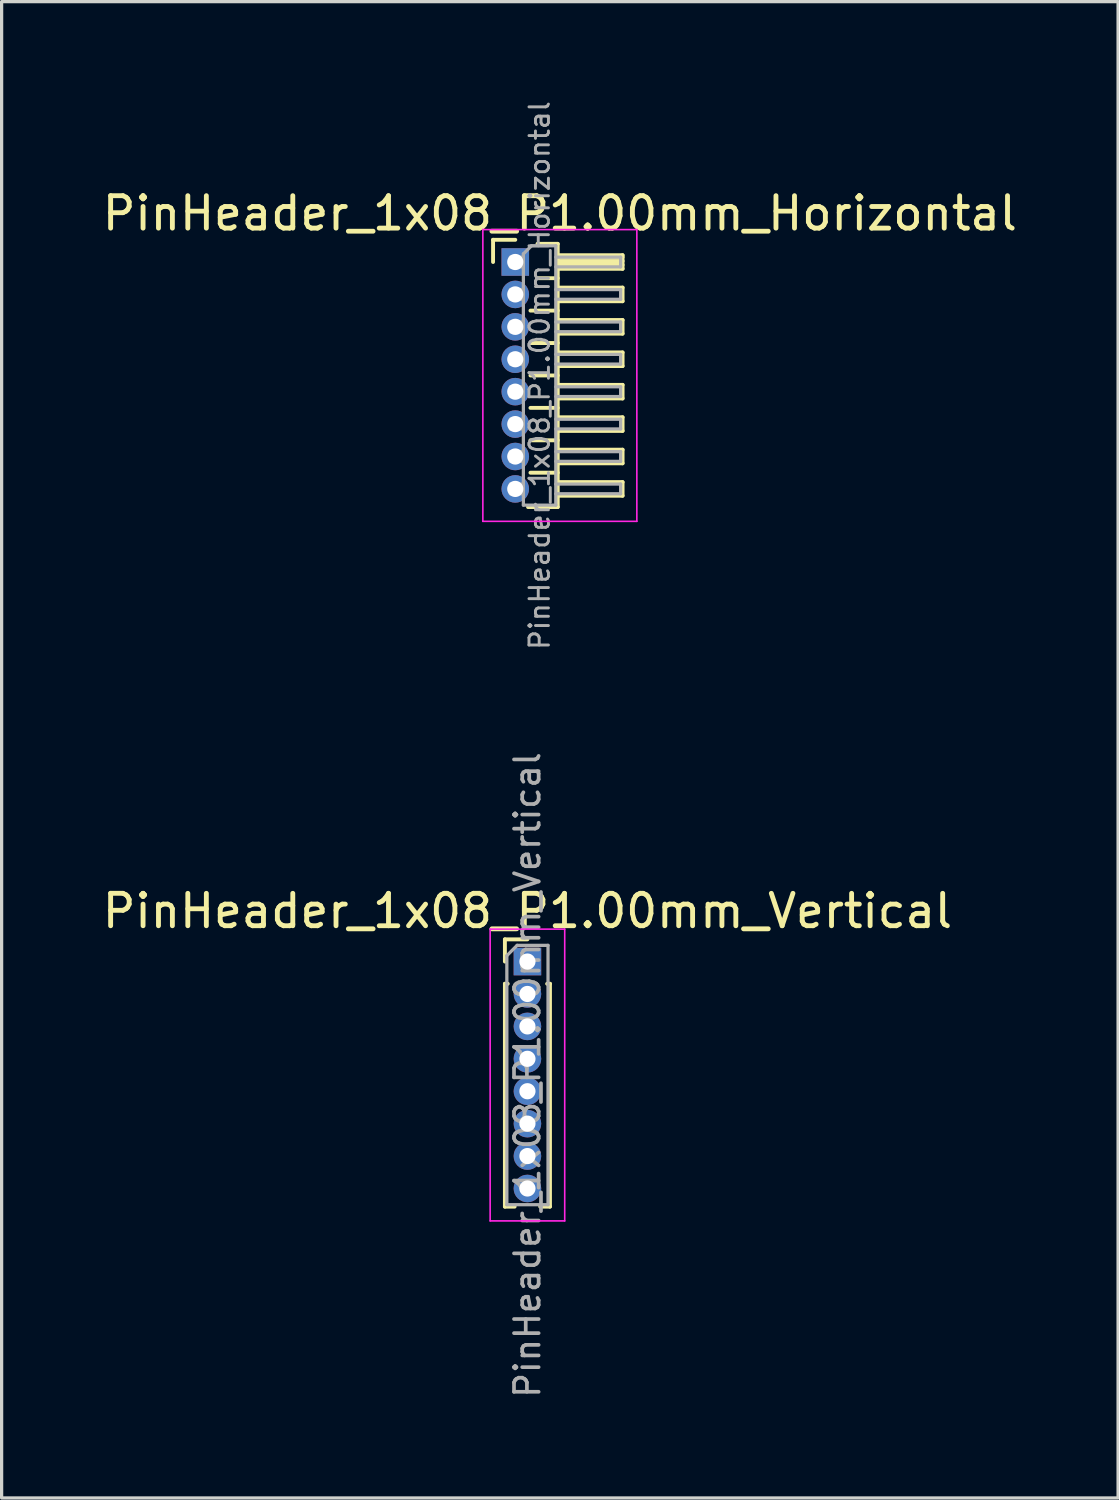
<source format=kicad_pcb>
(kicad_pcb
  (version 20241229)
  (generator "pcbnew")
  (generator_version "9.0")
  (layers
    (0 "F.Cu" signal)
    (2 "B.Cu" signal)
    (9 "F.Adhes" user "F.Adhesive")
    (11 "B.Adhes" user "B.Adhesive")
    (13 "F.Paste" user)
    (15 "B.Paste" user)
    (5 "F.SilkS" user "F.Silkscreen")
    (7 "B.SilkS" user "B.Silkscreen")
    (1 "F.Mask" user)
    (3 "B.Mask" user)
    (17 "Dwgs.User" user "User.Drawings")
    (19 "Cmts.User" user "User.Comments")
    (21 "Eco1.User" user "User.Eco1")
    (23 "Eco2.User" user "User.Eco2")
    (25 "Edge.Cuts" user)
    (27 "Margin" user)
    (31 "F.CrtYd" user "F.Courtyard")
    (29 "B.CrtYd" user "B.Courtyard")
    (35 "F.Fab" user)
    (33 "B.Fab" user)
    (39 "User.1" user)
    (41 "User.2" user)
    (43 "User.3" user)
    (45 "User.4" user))
  (footprint "PinHeader_1x08_P1.00mm_Horizontal"
    (layer "F.Cu")
    (at 12.845 5.032)
    (property "Reference" "PinHeader_1x08_P1.00mm_Horizontal" (at 1.375 -1.5 0) (layer "F.SilkS") (effects (font (size 1 1) (thickness 0.15))))
    (attr through_hole)
    (fp_line (start -0.685 -0.685) (end 0 -0.685) (stroke (width 0.12) (type solid)) (layer "F.SilkS"))
    (fp_line (start -0.685 0) (end -0.685 -0.685) (stroke (width 0.12) (type solid)) (layer "F.SilkS"))
    (fp_line (start 0.468 1.5) (end 1.31 1.5) (stroke (width 0.12) (type solid)) (layer "F.SilkS"))
    (fp_line (start 0.468 2.5) (end 1.31 2.5) (stroke (width 0.12) (type solid)) (layer "F.SilkS"))
    (fp_line (start 0.468 3.5) (end 1.31 3.5) (stroke (width 0.12) (type solid)) (layer "F.SilkS"))
    (fp_line (start 0.468 4.5) (end 1.31 4.5) (stroke (width 0.12) (type solid)) (layer "F.SilkS"))
    (fp_line (start 0.468 5.5) (end 1.31 5.5) (stroke (width 0.12) (type solid)) (layer "F.SilkS"))
    (fp_line (start 0.468 6.5) (end 1.31 6.5) (stroke (width 0.12) (type solid)) (layer "F.SilkS"))
    (fp_line (start 0.685 -0.56) (end 1.31 -0.56) (stroke (width 0.12) (type solid)) (layer "F.SilkS"))
    (fp_line (start 0.685 0.5) (end 1.31 0.5) (stroke (width 0.12) (type solid)) (layer "F.SilkS"))
    (fp_line (start 1.31 -0.56) (end 1.31 7.56) (stroke (width 0.12) (type solid)) (layer "F.SilkS"))
    (fp_line (start 1.31 -0.21) (end 3.31 -0.21) (stroke (width 0.12) (type solid)) (layer "F.SilkS"))
    (fp_line (start 1.31 -0.15) (end 3.31 -0.15) (stroke (width 0.12) (type solid)) (layer "F.SilkS"))
    (fp_line (start 1.31 -0.03) (end 3.31 -0.03) (stroke (width 0.12) (type solid)) (layer "F.SilkS"))
    (fp_line (start 1.31 0.09) (end 3.31 0.09) (stroke (width 0.12) (type solid)) (layer "F.SilkS"))
    (fp_line (start 1.31 0.79) (end 3.31 0.79) (stroke (width 0.12) (type solid)) (layer "F.SilkS"))
    (fp_line (start 1.31 1.79) (end 3.31 1.79) (stroke (width 0.12) (type solid)) (layer "F.SilkS"))
    (fp_line (start 1.31 2.79) (end 3.31 2.79) (stroke (width 0.12) (type solid)) (layer "F.SilkS"))
    (fp_line (start 1.31 3.79) (end 3.31 3.79) (stroke (width 0.12) (type solid)) (layer "F.SilkS"))
    (fp_line (start 1.31 4.79) (end 3.31 4.79) (stroke (width 0.12) (type solid)) (layer "F.SilkS"))
    (fp_line (start 1.31 5.79) (end 3.31 5.79) (stroke (width 0.12) (type solid)) (layer "F.SilkS"))
    (fp_line (start 1.31 6.79) (end 3.31 6.79) (stroke (width 0.12) (type solid)) (layer "F.SilkS"))
    (fp_line (start 1.31 7.56) (end 0.394 7.56) (stroke (width 0.12) (type solid)) (layer "F.SilkS"))
    (fp_line (start 3.31 -0.21) (end 3.31 0.21) (stroke (width 0.12) (type solid)) (layer "F.SilkS"))
    (fp_line (start 3.31 0.21) (end 1.31 0.21) (stroke (width 0.12) (type solid)) (layer "F.SilkS"))
    (fp_line (start 3.31 0.79) (end 3.31 1.21) (stroke (width 0.12) (type solid)) (layer "F.SilkS"))
    (fp_line (start 3.31 1.21) (end 1.31 1.21) (stroke (width 0.12) (type solid)) (layer "F.SilkS"))
    (fp_line (start 3.31 1.79) (end 3.31 2.21) (stroke (width 0.12) (type solid)) (layer "F.SilkS"))
    (fp_line (start 3.31 2.21) (end 1.31 2.21) (stroke (width 0.12) (type solid)) (layer "F.SilkS"))
    (fp_line (start 3.31 2.79) (end 3.31 3.21) (stroke (width 0.12) (type solid)) (layer "F.SilkS"))
    (fp_line (start 3.31 3.21) (end 1.31 3.21) (stroke (width 0.12) (type solid)) (layer "F.SilkS"))
    (fp_line (start 3.31 3.79) (end 3.31 4.21) (stroke (width 0.12) (type solid)) (layer "F.SilkS"))
    (fp_line (start 3.31 4.21) (end 1.31 4.21) (stroke (width 0.12) (type solid)) (layer "F.SilkS"))
    (fp_line (start 3.31 4.79) (end 3.31 5.21) (stroke (width 0.12) (type solid)) (layer "F.SilkS"))
    (fp_line (start 3.31 5.21) (end 1.31 5.21) (stroke (width 0.12) (type solid)) (layer "F.SilkS"))
    (fp_line (start 3.31 5.79) (end 3.31 6.21) (stroke (width 0.12) (type solid)) (layer "F.SilkS"))
    (fp_line (start 3.31 6.21) (end 1.31 6.21) (stroke (width 0.12) (type solid)) (layer "F.SilkS"))
    (fp_line (start 3.31 6.79) (end 3.31 7.21) (stroke (width 0.12) (type solid)) (layer "F.SilkS"))
    (fp_line (start 3.31 7.21) (end 1.31 7.21) (stroke (width 0.12) (type solid)) (layer "F.SilkS"))
    (fp_line (start -1 -1) (end -1 8) (stroke (width 0.05) (type solid)) (layer "F.CrtYd"))
    (fp_line (start -1 8) (end 3.75 8) (stroke (width 0.05) (type solid)) (layer "F.CrtYd"))
    (fp_line (start 3.75 -1) (end -1 -1) (stroke (width 0.05) (type solid)) (layer "F.CrtYd"))
    (fp_line (start 3.75 8) (end 3.75 -1) (stroke (width 0.05) (type solid)) (layer "F.CrtYd"))
    (fp_line (start -0.15 -0.15) (end -0.15 0.15) (stroke (width 0.1) (type solid)) (layer "F.Fab"))
    (fp_line (start -0.15 -0.15) (end 0.25 -0.15) (stroke (width 0.1) (type solid)) (layer "F.Fab"))
    (fp_line (start -0.15 0.15) (end 0.25 0.15) (stroke (width 0.1) (type solid)) (layer "F.Fab"))
    (fp_line (start -0.15 0.85) (end -0.15 1.15) (stroke (width 0.1) (type solid)) (layer "F.Fab"))
    (fp_line (start -0.15 0.85) (end 0.25 0.85) (stroke (width 0.1) (type solid)) (layer "F.Fab"))
    (fp_line (start -0.15 1.15) (end 0.25 1.15) (stroke (width 0.1) (type solid)) (layer "F.Fab"))
    (fp_line (start -0.15 1.85) (end -0.15 2.15) (stroke (width 0.1) (type solid)) (layer "F.Fab"))
    (fp_line (start -0.15 1.85) (end 0.25 1.85) (stroke (width 0.1) (type solid)) (layer "F.Fab"))
    (fp_line (start -0.15 2.15) (end 0.25 2.15) (stroke (width 0.1) (type solid)) (layer "F.Fab"))
    (fp_line (start -0.15 2.85) (end -0.15 3.15) (stroke (width 0.1) (type solid)) (layer "F.Fab"))
    (fp_line (start -0.15 2.85) (end 0.25 2.85) (stroke (width 0.1) (type solid)) (layer "F.Fab"))
    (fp_line (start -0.15 3.15) (end 0.25 3.15) (stroke (width 0.1) (type solid)) (layer "F.Fab"))
    (fp_line (start -0.15 3.85) (end -0.15 4.15) (stroke (width 0.1) (type solid)) (layer "F.Fab"))
    (fp_line (start -0.15 3.85) (end 0.25 3.85) (stroke (width 0.1) (type solid)) (layer "F.Fab"))
    (fp_line (start -0.15 4.15) (end 0.25 4.15) (stroke (width 0.1) (type solid)) (layer "F.Fab"))
    (fp_line (start -0.15 4.85) (end -0.15 5.15) (stroke (width 0.1) (type solid)) (layer "F.Fab"))
    (fp_line (start -0.15 4.85) (end 0.25 4.85) (stroke (width 0.1) (type solid)) (layer "F.Fab"))
    (fp_line (start -0.15 5.15) (end 0.25 5.15) (stroke (width 0.1) (type solid)) (layer "F.Fab"))
    (fp_line (start -0.15 5.85) (end -0.15 6.15) (stroke (width 0.1) (type solid)) (layer "F.Fab"))
    (fp_line (start -0.15 5.85) (end 0.25 5.85) (stroke (width 0.1) (type solid)) (layer "F.Fab"))
    (fp_line (start -0.15 6.15) (end 0.25 6.15) (stroke (width 0.1) (type solid)) (layer "F.Fab"))
    (fp_line (start -0.15 6.85) (end -0.15 7.15) (stroke (width 0.1) (type solid)) (layer "F.Fab"))
    (fp_line (start -0.15 6.85) (end 0.25 6.85) (stroke (width 0.1) (type solid)) (layer "F.Fab"))
    (fp_line (start -0.15 7.15) (end 0.25 7.15) (stroke (width 0.1) (type solid)) (layer "F.Fab"))
    (fp_line (start 0.25 -0.25) (end 0.5 -0.5) (stroke (width 0.1) (type solid)) (layer "F.Fab"))
    (fp_line (start 0.25 7.5) (end 0.25 -0.25) (stroke (width 0.1) (type solid)) (layer "F.Fab"))
    (fp_line (start 0.5 -0.5) (end 1.25 -0.5) (stroke (width 0.1) (type solid)) (layer "F.Fab"))
    (fp_line (start 1.25 -0.5) (end 1.25 7.5) (stroke (width 0.1) (type solid)) (layer "F.Fab"))
    (fp_line (start 1.25 -0.15) (end 3.25 -0.15) (stroke (width 0.1) (type solid)) (layer "F.Fab"))
    (fp_line (start 1.25 0.15) (end 3.25 0.15) (stroke (width 0.1) (type solid)) (layer "F.Fab"))
    (fp_line (start 1.25 0.85) (end 3.25 0.85) (stroke (width 0.1) (type solid)) (layer "F.Fab"))
    (fp_line (start 1.25 1.15) (end 3.25 1.15) (stroke (width 0.1) (type solid)) (layer "F.Fab"))
    (fp_line (start 1.25 1.85) (end 3.25 1.85) (stroke (width 0.1) (type solid)) (layer "F.Fab"))
    (fp_line (start 1.25 2.15) (end 3.25 2.15) (stroke (width 0.1) (type solid)) (layer "F.Fab"))
    (fp_line (start 1.25 2.85) (end 3.25 2.85) (stroke (width 0.1) (type solid)) (layer "F.Fab"))
    (fp_line (start 1.25 3.15) (end 3.25 3.15) (stroke (width 0.1) (type solid)) (layer "F.Fab"))
    (fp_line (start 1.25 3.85) (end 3.25 3.85) (stroke (width 0.1) (type solid)) (layer "F.Fab"))
    (fp_line (start 1.25 4.15) (end 3.25 4.15) (stroke (width 0.1) (type solid)) (layer "F.Fab"))
    (fp_line (start 1.25 4.85) (end 3.25 4.85) (stroke (width 0.1) (type solid)) (layer "F.Fab"))
    (fp_line (start 1.25 5.15) (end 3.25 5.15) (stroke (width 0.1) (type solid)) (layer "F.Fab"))
    (fp_line (start 1.25 5.85) (end 3.25 5.85) (stroke (width 0.1) (type solid)) (layer "F.Fab"))
    (fp_line (start 1.25 6.15) (end 3.25 6.15) (stroke (width 0.1) (type solid)) (layer "F.Fab"))
    (fp_line (start 1.25 6.85) (end 3.25 6.85) (stroke (width 0.1) (type solid)) (layer "F.Fab"))
    (fp_line (start 1.25 7.15) (end 3.25 7.15) (stroke (width 0.1) (type solid)) (layer "F.Fab"))
    (fp_line (start 1.25 7.5) (end 0.25 7.5) (stroke (width 0.1) (type solid)) (layer "F.Fab"))
    (fp_line (start 3.25 -0.15) (end 3.25 0.15) (stroke (width 0.1) (type solid)) (layer "F.Fab"))
    (fp_line (start 3.25 0.85) (end 3.25 1.15) (stroke (width 0.1) (type solid)) (layer "F.Fab"))
    (fp_line (start 3.25 1.85) (end 3.25 2.15) (stroke (width 0.1) (type solid)) (layer "F.Fab"))
    (fp_line (start 3.25 2.85) (end 3.25 3.15) (stroke (width 0.1) (type solid)) (layer "F.Fab"))
    (fp_line (start 3.25 3.85) (end 3.25 4.15) (stroke (width 0.1) (type solid)) (layer "F.Fab"))
    (fp_line (start 3.25 4.85) (end 3.25 5.15) (stroke (width 0.1) (type solid)) (layer "F.Fab"))
    (fp_line (start 3.25 5.85) (end 3.25 6.15) (stroke (width 0.1) (type solid)) (layer "F.Fab"))
    (fp_line (start 3.25 6.85) (end 3.25 7.15) (stroke (width 0.1) (type solid)) (layer "F.Fab"))
    (fp_text user "${REFERENCE}" (at 0.75 3.5 90) (layer "F.Fab") (effects (font (size 0.6 0.6) (thickness 0.09))))
    (pad "1" thru_hole rect (at 0 0) (size 0.85 0.85) (drill 0.5) (layers "*.Cu" "*.Mask"))
    (pad "2" thru_hole oval (at 0 1) (size 0.85 0.85) (drill 0.5) (layers "*.Cu" "*.Mask"))
    (pad "3" thru_hole oval (at 0 2) (size 0.85 0.85) (drill 0.5) (layers "*.Cu" "*.Mask"))
    (pad "4" thru_hole oval (at 0 3) (size 0.85 0.85) (drill 0.5) (layers "*.Cu" "*.Mask"))
    (pad "5" thru_hole oval (at 0 4) (size 0.85 0.85) (drill 0.5) (layers "*.Cu" "*.Mask"))
    (pad "6" thru_hole oval (at 0 5) (size 0.85 0.85) (drill 0.5) (layers "*.Cu" "*.Mask"))
    (pad "7" thru_hole oval (at 0 6) (size 0.85 0.85) (drill 0.5) (layers "*.Cu" "*.Mask"))
    (pad "8" thru_hole oval (at 0 7) (size 0.85 0.85) (drill 0.5) (layers "*.Cu" "*.Mask")))
  (footprint "PinHeader_1x08_P1.00mm_Vertical"
    (layer "F.Cu")
    (at 13.22 26.612)
    (property "Reference" "PinHeader_1x08_P1.00mm_Vertical" (at 0 -1.56 0) (layer "F.SilkS") (effects (font (size 1 1) (thickness 0.15))))
    (attr through_hole)
    (fp_line (start -0.695 -0.685) (end 0 -0.685) (stroke (width 0.12) (type solid)) (layer "F.SilkS"))
    (fp_line (start -0.695 0) (end -0.695 -0.685) (stroke (width 0.12) (type solid)) (layer "F.SilkS"))
    (fp_line (start -0.695 0.685) (end -0.695 7.56) (stroke (width 0.12) (type solid)) (layer "F.SilkS"))
    (fp_line (start -0.695 0.685) (end -0.608 0.685) (stroke (width 0.12) (type solid)) (layer "F.SilkS"))
    (fp_line (start -0.695 7.56) (end -0.394 7.56) (stroke (width 0.12) (type solid)) (layer "F.SilkS"))
    (fp_line (start 0.394 7.56) (end 0.695 7.56) (stroke (width 0.12) (type solid)) (layer "F.SilkS"))
    (fp_line (start 0.608 0.685) (end 0.695 0.685) (stroke (width 0.12) (type solid)) (layer "F.SilkS"))
    (fp_line (start 0.695 0.685) (end 0.695 7.56) (stroke (width 0.12) (type solid)) (layer "F.SilkS"))
    (fp_line (start -1.15 -1) (end -1.15 8) (stroke (width 0.05) (type solid)) (layer "F.CrtYd"))
    (fp_line (start -1.15 8) (end 1.15 8) (stroke (width 0.05) (type solid)) (layer "F.CrtYd"))
    (fp_line (start 1.15 -1) (end -1.15 -1) (stroke (width 0.05) (type solid)) (layer "F.CrtYd"))
    (fp_line (start 1.15 8) (end 1.15 -1) (stroke (width 0.05) (type solid)) (layer "F.CrtYd"))
    (fp_line (start -0.635 -0.182) (end -0.318 -0.5) (stroke (width 0.1) (type solid)) (layer "F.Fab"))
    (fp_line (start -0.635 7.5) (end -0.635 -0.182) (stroke (width 0.1) (type solid)) (layer "F.Fab"))
    (fp_line (start -0.318 -0.5) (end 0.635 -0.5) (stroke (width 0.1) (type solid)) (layer "F.Fab"))
    (fp_line (start 0.635 -0.5) (end 0.635 7.5) (stroke (width 0.1) (type solid)) (layer "F.Fab"))
    (fp_line (start 0.635 7.5) (end -0.635 7.5) (stroke (width 0.1) (type solid)) (layer "F.Fab"))
    (fp_text user "${REFERENCE}" (at 0 3.5 90) (layer "F.Fab") (effects (font (size 0.76 0.76) (thickness 0.114))))
    (pad "1" thru_hole rect (at 0 0) (size 0.85 0.85) (drill 0.5) (layers "*.Cu" "*.Mask"))
    (pad "2" thru_hole oval (at 0 1) (size 0.85 0.85) (drill 0.5) (layers "*.Cu" "*.Mask"))
    (pad "3" thru_hole oval (at 0 2) (size 0.85 0.85) (drill 0.5) (layers "*.Cu" "*.Mask"))
    (pad "4" thru_hole oval (at 0 3) (size 0.85 0.85) (drill 0.5) (layers "*.Cu" "*.Mask"))
    (pad "5" thru_hole oval (at 0 4) (size 0.85 0.85) (drill 0.5) (layers "*.Cu" "*.Mask"))
    (pad "6" thru_hole oval (at 0 5) (size 0.85 0.85) (drill 0.5) (layers "*.Cu" "*.Mask"))
    (pad "7" thru_hole oval (at 0 6) (size 0.85 0.85) (drill 0.5) (layers "*.Cu" "*.Mask"))
    (pad "8" thru_hole oval (at 0 7) (size 0.85 0.85) (drill 0.5) (layers "*.Cu" "*.Mask")))
  (gr_rect
    (start -3 -3)
    (end 31.44 43.159)
    (stroke (width 0.1) (type default))
    (fill no)
    (layer "Edge.Cuts")))
</source>
